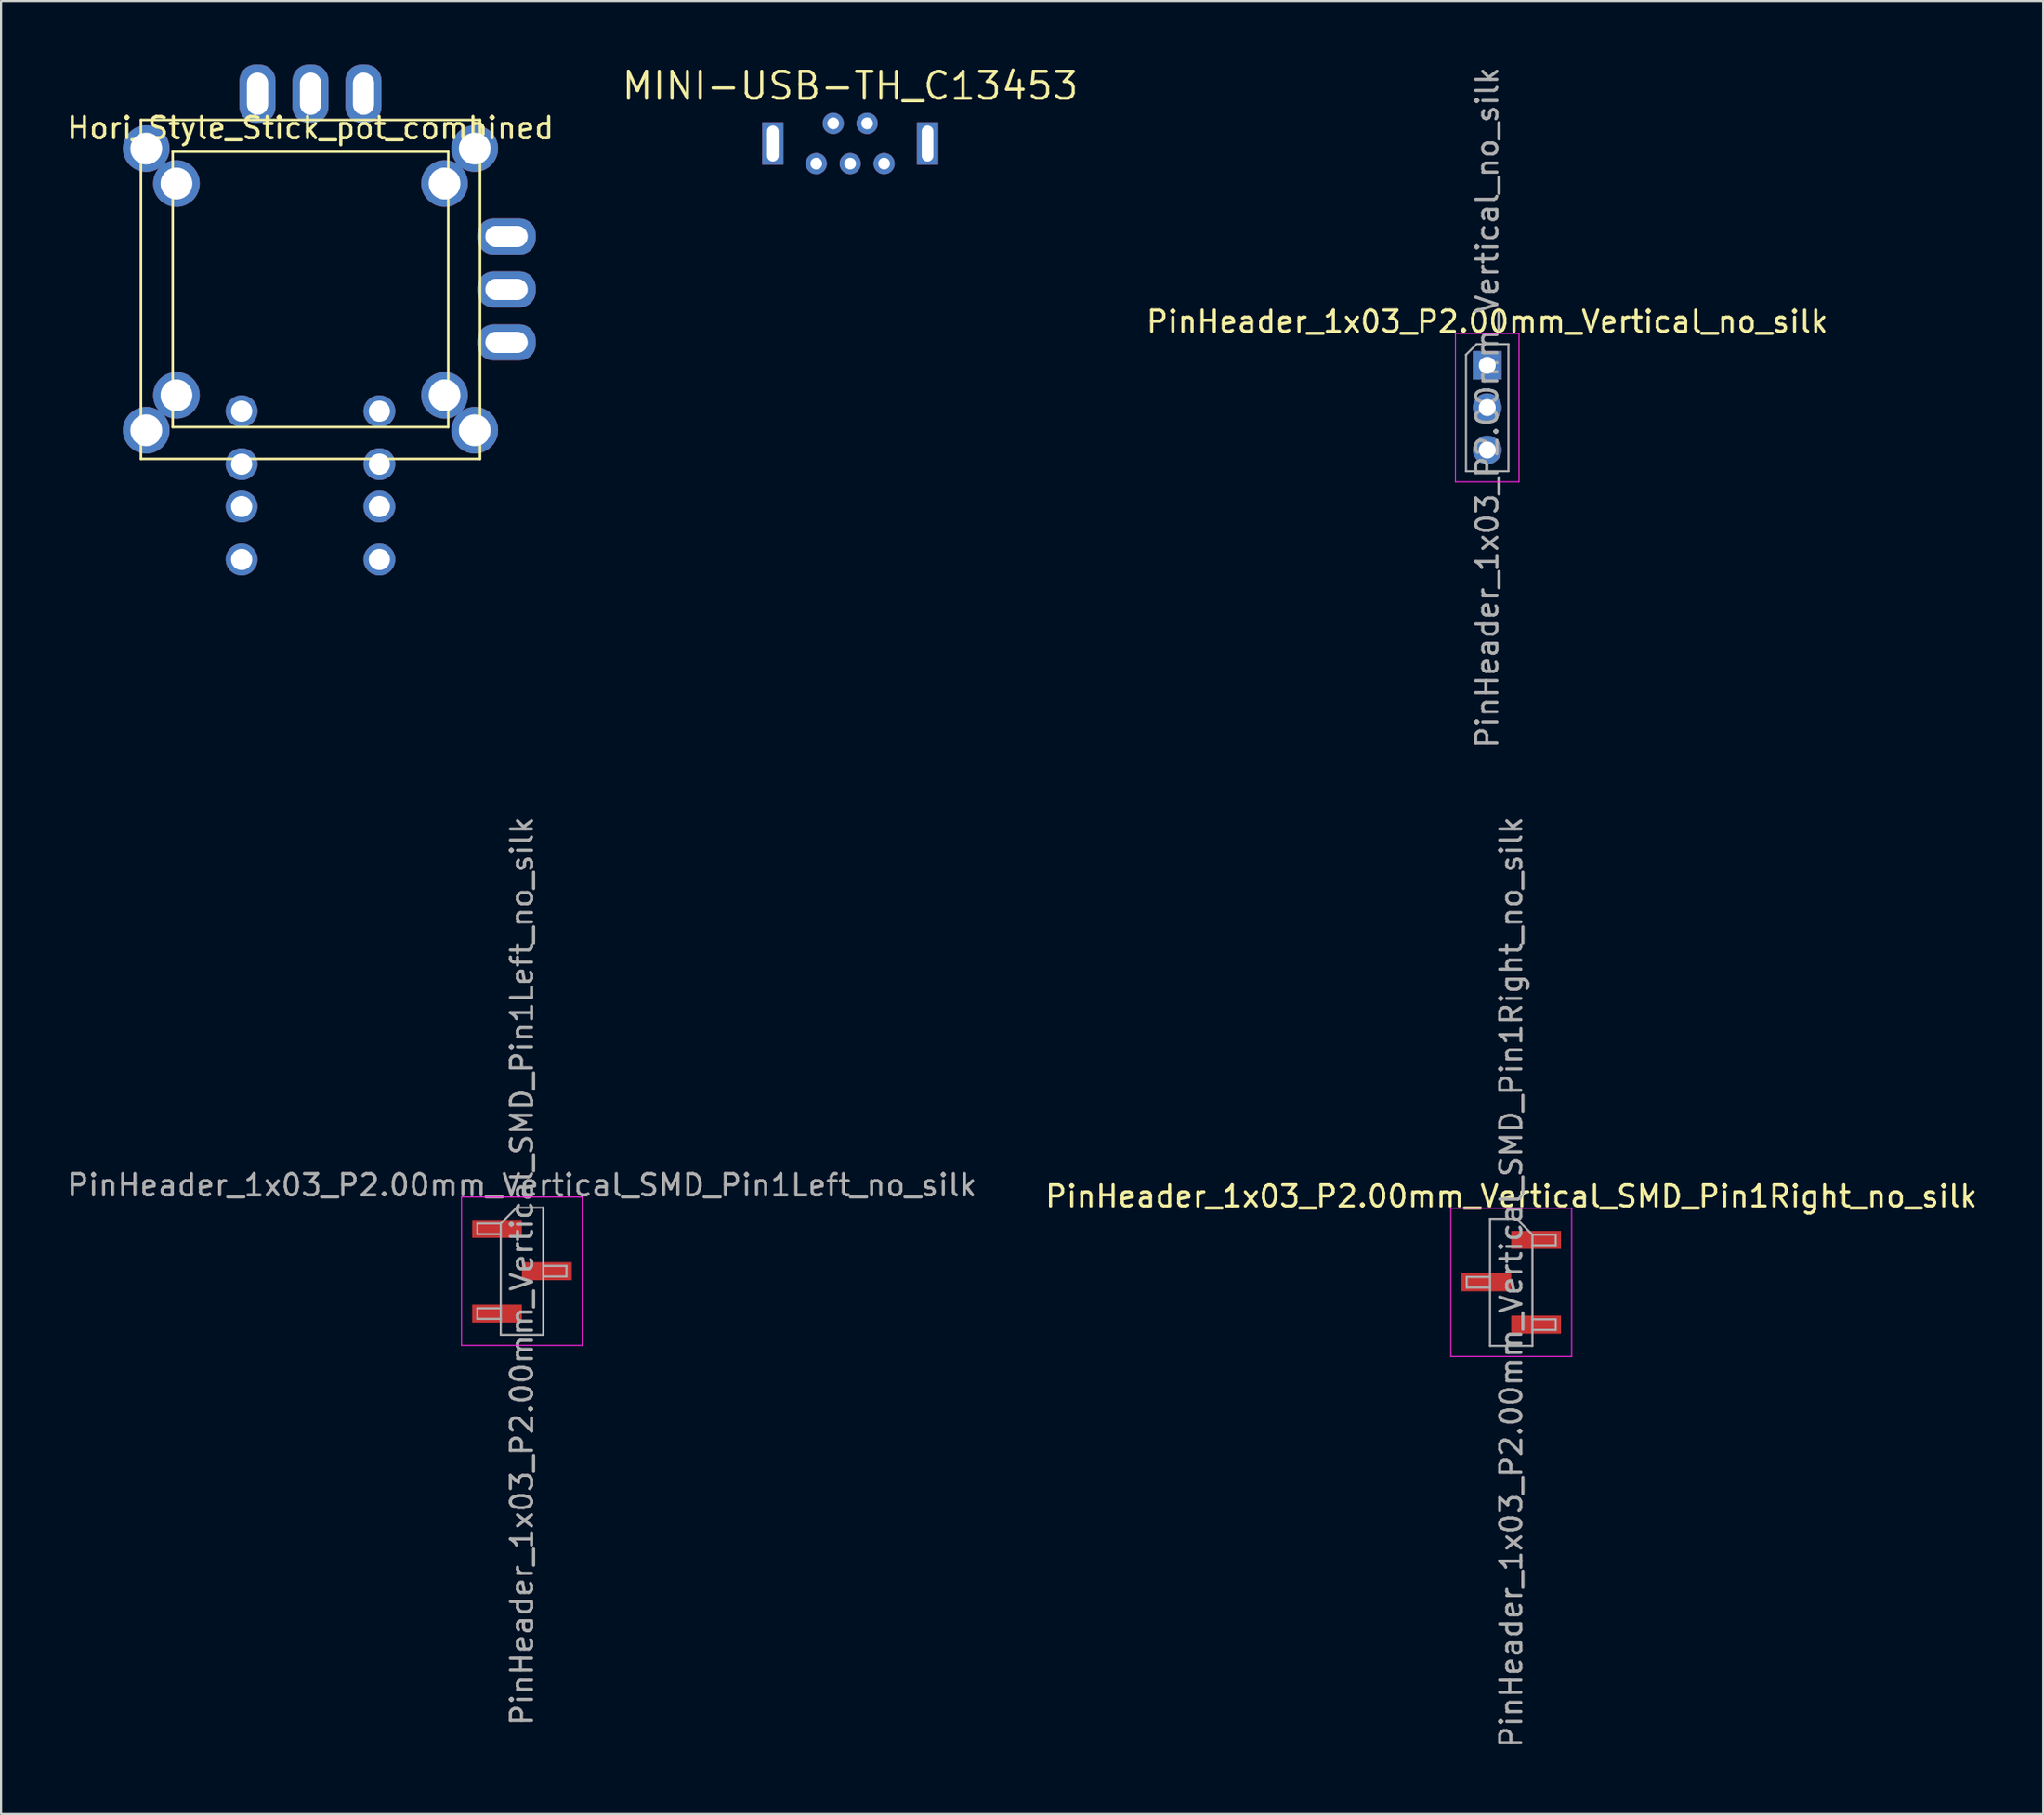
<source format=kicad_pcb>
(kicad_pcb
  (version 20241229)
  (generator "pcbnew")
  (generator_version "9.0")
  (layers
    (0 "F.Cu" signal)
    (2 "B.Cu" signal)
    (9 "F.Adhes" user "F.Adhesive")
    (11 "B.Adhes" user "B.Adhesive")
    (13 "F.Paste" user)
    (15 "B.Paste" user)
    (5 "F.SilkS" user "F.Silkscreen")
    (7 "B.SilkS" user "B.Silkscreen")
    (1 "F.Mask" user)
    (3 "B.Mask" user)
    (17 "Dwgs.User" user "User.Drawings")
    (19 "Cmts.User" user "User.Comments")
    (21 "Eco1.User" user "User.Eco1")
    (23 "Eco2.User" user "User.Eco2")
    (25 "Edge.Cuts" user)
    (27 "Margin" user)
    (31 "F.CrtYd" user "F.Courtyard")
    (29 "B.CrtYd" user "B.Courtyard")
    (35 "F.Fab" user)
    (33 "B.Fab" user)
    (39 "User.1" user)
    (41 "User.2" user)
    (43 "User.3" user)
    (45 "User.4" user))
  (footprint "PinHeader_1x03_P2.00mm_Vertical_SMD_Pin1Right_no_silk"
    (layer "F.Cu")
    (at 68.256 57.494)
    (property "Reference" "PinHeader_1x03_P2.00mm_Vertical_SMD_Pin1Right_no_silk" (at 0 -4.06 0) (layer "F.SilkS") (effects (font (size 1 1) (thickness 0.15))))
    (attr smd exclude_from_bom allow_missing_courtyard dnp)
    (fp_line (start -2.85 -3.5) (end -2.85 3.5) (stroke (width 0.05) (type solid)) (layer "F.CrtYd"))
    (fp_line (start -2.85 3.5) (end 2.85 3.5) (stroke (width 0.05) (type solid)) (layer "F.CrtYd"))
    (fp_line (start 2.85 -3.5) (end -2.85 -3.5) (stroke (width 0.05) (type solid)) (layer "F.CrtYd"))
    (fp_line (start 2.85 3.5) (end 2.85 -3.5) (stroke (width 0.05) (type solid)) (layer "F.CrtYd"))
    (fp_line (start -2.1 -0.25) (end -2.1 0.25) (stroke (width 0.1) (type solid)) (layer "F.Fab"))
    (fp_line (start -2.1 0.25) (end -1 0.25) (stroke (width 0.1) (type solid)) (layer "F.Fab"))
    (fp_line (start -1 -3) (end -1 3) (stroke (width 0.1) (type solid)) (layer "F.Fab"))
    (fp_line (start -1 -3) (end 0.25 -3) (stroke (width 0.1) (type solid)) (layer "F.Fab"))
    (fp_line (start -1 -0.25) (end -2.1 -0.25) (stroke (width 0.1) (type solid)) (layer "F.Fab"))
    (fp_line (start 1 -2.25) (end 0.25 -3) (stroke (width 0.1) (type solid)) (layer "F.Fab"))
    (fp_line (start 1 -2.25) (end 2.1 -2.25) (stroke (width 0.1) (type solid)) (layer "F.Fab"))
    (fp_line (start 1 1.75) (end 2.1 1.75) (stroke (width 0.1) (type solid)) (layer "F.Fab"))
    (fp_line (start 1 3) (end -1 3) (stroke (width 0.1) (type solid)) (layer "F.Fab"))
    (fp_line (start 1 3) (end 1 -2.25) (stroke (width 0.1) (type solid)) (layer "F.Fab"))
    (fp_line (start 2.1 -2.25) (end 2.1 -1.75) (stroke (width 0.1) (type solid)) (layer "F.Fab"))
    (fp_line (start 2.1 -1.75) (end 1 -1.75) (stroke (width 0.1) (type solid)) (layer "F.Fab"))
    (fp_line (start 2.1 1.75) (end 2.1 2.25) (stroke (width 0.1) (type solid)) (layer "F.Fab"))
    (fp_line (start 2.1 2.25) (end 1 2.25) (stroke (width 0.1) (type solid)) (layer "F.Fab"))
    (fp_text user "${REFERENCE}" (at 0 0 90) (layer "F.Fab") (effects (font (size 1 1) (thickness 0.15))))
    (pad "1" smd rect (at 1.175 -2) (size 2.35 0.85) (layers "F.Cu" "F.Mask" "F.Paste"))
    (pad "2" smd rect (at -1.175 0) (size 2.35 0.85) (layers "F.Cu" "F.Mask" "F.Paste"))
    (pad "3" smd rect (at 1.175 2) (size 2.35 0.85) (layers "F.Cu" "F.Mask" "F.Paste")))
  (footprint "Hori_Style_Stick_pot_combined"
    (layer "F.Cu")
    (at 11.601 10.615)
    (property "Reference" "Hori_Style_Stick_pot_combined" (at 0 -7.62 0) (unlocked yes) (layer "F.SilkS") (effects (font (size 1 1) (thickness 0.15))))
    (attr exclude_from_bom)
    (fp_line (start -8 8) (end -8 -8) (stroke (width 0.12) (type default)) (layer "F.SilkS"))
    (fp_line (start -6.5 6.5) (end -6.5 -6.5) (stroke (width 0.12) (type default)) (layer "F.SilkS"))
    (fp_line (start 6.5 -6.5) (end -6.5 -6.5) (stroke (width 0.12) (type default)) (layer "F.SilkS"))
    (fp_line (start 6.5 6.5) (end -6.5 6.5) (stroke (width 0.12) (type default)) (layer "F.SilkS"))
    (fp_line (start 6.5 6.5) (end 6.5 -6.5) (stroke (width 0.12) (type default)) (layer "F.SilkS"))
    (fp_line (start 8 -8) (end -8 -8) (stroke (width 0.12) (type default)) (layer "F.SilkS"))
    (fp_line (start 8 -8) (end 8 8) (stroke (width 0.12) (type default)) (layer "F.SilkS"))
    (fp_line (start 8 8) (end -8 8) (stroke (width 0.12) (type default)) (layer "F.SilkS"))
    (pad "1" thru_hole roundrect (at 2.5 -9.24 180) (size 1.7 2.75) (drill oval 1 2) (layers "*.Cu" "*.Mask") (roundrect_rratio 0.441))
    (pad "1" thru_hole roundrect (at 9.25 2.5 270) (size 1.7 2.75) (drill oval 1 2) (layers "*.Cu" "*.Mask") (roundrect_rratio 0.441))
    (pad "2" thru_hole circle (at -3.25 10.25) (size 1.5 1.5) (drill 1) (layers "*.Cu" "*.Mask"))
    (pad "2" thru_hole circle (at -3.25 12.75) (size 1.5 1.5) (drill 1) (layers "*.Cu" "*.Mask"))
    (pad "2" thru_hole circle (at 3.25 10.25) (size 1.5 1.5) (drill 1) (layers "*.Cu" "*.Mask"))
    (pad "2" thru_hole circle (at 3.25 12.75) (size 1.5 1.5) (drill 1) (layers "*.Cu" "*.Mask"))
    (pad "3" thru_hole roundrect (at -2.5 -9.24 180) (size 1.7 2.75) (drill oval 1 2) (layers "*.Cu" "*.Mask") (roundrect_rratio 0.441))
    (pad "3" thru_hole roundrect (at 9.25 -2.5 270) (size 1.7 2.75) (drill oval 1 2) (layers "*.Cu" "*.Mask") (roundrect_rratio 0.441))
    (pad "4" thru_hole roundrect (at 0 -9.24 180) (size 1.7 2.75) (drill oval 1 2) (layers "*.Cu" "*.Mask") (roundrect_rratio 0.441))
    (pad "5" thru_hole roundrect (at 9.25 0 270) (size 1.7 2.75) (drill oval 1 2) (layers "*.Cu" "*.Mask") (roundrect_rratio 0.441))
    (pad "6" thru_hole circle (at -7.75 -6.65) (size 2.2 2.2) (drill 1.5) (layers "*.Cu" "*.Mask"))
    (pad "6" thru_hole circle (at -7.75 6.65) (size 2.2 2.2) (drill 1.5) (layers "*.Cu" "*.Mask"))
    (pad "6" thru_hole circle (at -6.325 -5) (size 2.2 2.2) (drill 1.5) (layers "*.Cu" "*.Mask"))
    (pad "6" thru_hole circle (at -6.325 5) (size 2.2 2.2) (drill 1.5) (layers "*.Cu" "*.Mask"))
    (pad "6" thru_hole circle (at 6.325 -5) (size 2.2 2.2) (drill 1.5) (layers "*.Cu" "*.Mask"))
    (pad "6" thru_hole circle (at 6.325 5) (size 2.2 2.2) (drill 1.5) (layers "*.Cu" "*.Mask"))
    (pad "6" thru_hole circle (at 7.75 -6.65) (size 2.2 2.2) (drill 1.5) (layers "*.Cu" "*.Mask"))
    (pad "6" thru_hole circle (at 7.75 6.65) (size 2.2 2.2) (drill 1.5) (layers "*.Cu" "*.Mask"))
    (pad "7" thru_hole circle (at -3.25 5.75) (size 1.5 1.5) (drill 1) (layers "*.Cu" "*.Mask"))
    (pad "7" thru_hole circle (at -3.25 8.25) (size 1.5 1.5) (drill 1) (layers "*.Cu" "*.Mask"))
    (pad "7" thru_hole circle (at 3.25 5.75) (size 1.5 1.5) (drill 1) (layers "*.Cu" "*.Mask"))
    (pad "7" thru_hole circle (at 3.25 8.25) (size 1.5 1.5) (drill 1) (layers "*.Cu" "*.Mask")))
  (footprint "PinHeader_1x03_P2.00mm_Vertical_SMD_Pin1Left_no_silk"
    (layer "F.Cu")
    (at 21.577 56.97)
    (property "Reference" "PinHeader_1x03_P2.00mm_Vertical_SMD_Pin1Left_no_silk" (at 0 -4.06 0) (layer "F.Fab") (effects (font (size 1 1) (thickness 0.15))))
    (attr smd exclude_from_bom allow_missing_courtyard dnp)
    (fp_line (start -2.85 -3.5) (end -2.85 3.5) (stroke (width 0.05) (type solid)) (layer "F.CrtYd"))
    (fp_line (start -2.85 3.5) (end 2.85 3.5) (stroke (width 0.05) (type solid)) (layer "F.CrtYd"))
    (fp_line (start 2.85 -3.5) (end -2.85 -3.5) (stroke (width 0.05) (type solid)) (layer "F.CrtYd"))
    (fp_line (start 2.85 3.5) (end 2.85 -3.5) (stroke (width 0.05) (type solid)) (layer "F.CrtYd"))
    (fp_line (start -2.1 -2.25) (end -2.1 -1.75) (stroke (width 0.1) (type solid)) (layer "F.Fab"))
    (fp_line (start -2.1 -1.75) (end -1 -1.75) (stroke (width 0.1) (type solid)) (layer "F.Fab"))
    (fp_line (start -2.1 1.75) (end -2.1 2.25) (stroke (width 0.1) (type solid)) (layer "F.Fab"))
    (fp_line (start -2.1 2.25) (end -1 2.25) (stroke (width 0.1) (type solid)) (layer "F.Fab"))
    (fp_line (start -1 -2.25) (end -2.1 -2.25) (stroke (width 0.1) (type solid)) (layer "F.Fab"))
    (fp_line (start -1 -2.25) (end -0.25 -3) (stroke (width 0.1) (type solid)) (layer "F.Fab"))
    (fp_line (start -1 1.75) (end -2.1 1.75) (stroke (width 0.1) (type solid)) (layer "F.Fab"))
    (fp_line (start -1 3) (end -1 -2.25) (stroke (width 0.1) (type solid)) (layer "F.Fab"))
    (fp_line (start -0.25 -3) (end 1 -3) (stroke (width 0.1) (type solid)) (layer "F.Fab"))
    (fp_line (start 1 -3) (end 1 3) (stroke (width 0.1) (type solid)) (layer "F.Fab"))
    (fp_line (start 1 -0.25) (end 2.1 -0.25) (stroke (width 0.1) (type solid)) (layer "F.Fab"))
    (fp_line (start 1 3) (end -1 3) (stroke (width 0.1) (type solid)) (layer "F.Fab"))
    (fp_line (start 2.1 -0.25) (end 2.1 0.25) (stroke (width 0.1) (type solid)) (layer "F.Fab"))
    (fp_line (start 2.1 0.25) (end 1 0.25) (stroke (width 0.1) (type solid)) (layer "F.Fab"))
    (fp_text user "${REFERENCE}" (at 0 0 270) (layer "F.Fab") (effects (font (size 1 1) (thickness 0.15))))
    (pad "1" smd rect (at -1.175 -2) (size 2.35 0.85) (layers "F.Cu" "F.Mask" "F.Paste"))
    (pad "2" smd rect (at 1.175 0) (size 2.35 0.85) (layers "F.Cu" "F.Mask" "F.Paste"))
    (pad "3" smd rect (at -1.175 2) (size 2.35 0.85) (layers "F.Cu" "F.Mask" "F.Paste")))
  (footprint "PinHeader_1x03_P2.00mm_Vertical_no_silk"
    (layer "F.Cu")
    (at 67.124 14.196)
    (property "Reference" "PinHeader_1x03_P2.00mm_Vertical_no_silk" (at 0 -2.06 0) (layer "F.SilkS") (effects (font (size 1 1) (thickness 0.15))))
    (attr through_hole exclude_from_bom allow_missing_courtyard dnp)
    (fp_line (start -1.5 -1.5) (end -1.5 5.5) (stroke (width 0.05) (type solid)) (layer "F.CrtYd"))
    (fp_line (start -1.5 5.5) (end 1.5 5.5) (stroke (width 0.05) (type solid)) (layer "F.CrtYd"))
    (fp_line (start 1.5 -1.5) (end -1.5 -1.5) (stroke (width 0.05) (type solid)) (layer "F.CrtYd"))
    (fp_line (start 1.5 5.5) (end 1.5 -1.5) (stroke (width 0.05) (type solid)) (layer "F.CrtYd"))
    (fp_line (start -1 -0.5) (end -0.5 -1) (stroke (width 0.1) (type solid)) (layer "F.Fab"))
    (fp_line (start -1 5) (end -1 -0.5) (stroke (width 0.1) (type solid)) (layer "F.Fab"))
    (fp_line (start -0.5 -1) (end 1 -1) (stroke (width 0.1) (type solid)) (layer "F.Fab"))
    (fp_line (start 1 -1) (end 1 5) (stroke (width 0.1) (type solid)) (layer "F.Fab"))
    (fp_line (start 1 5) (end -1 5) (stroke (width 0.1) (type solid)) (layer "F.Fab"))
    (fp_text user "${REFERENCE}" (at 0 2 270) (layer "F.Fab") (effects (font (size 1 1) (thickness 0.15))))
    (pad "1" thru_hole rect (at 0 0) (size 1.35 1.35) (drill 0.8) (layers "*.Cu" "*.Mask"))
    (pad "2" thru_hole oval (at 0 2) (size 1.35 1.35) (drill 0.8) (layers "*.Cu" "*.Mask"))
    (pad "3" thru_hole oval (at 0 4) (size 1.35 1.35) (drill 0.8) (layers "*.Cu" "*.Mask")))
  (footprint "MINI-USB-TH_C13453"
    (layer "F.Cu")
    (at 37.065 3.726)
    (property "Reference" "MINI-USB-TH_C13453" (at 0 -2.72 0) (layer "F.SilkS") (effects (font (size 1.27 1.27) (thickness 0.15))))
    (attr through_hole)
    (fp_text user "" (at 0 0 0) (layer "Cmts.User") (effects (font (size 1 1) (thickness 0.15))))
    (pad "1" thru_hole circle (at -1.6 0.95) (size 1 1) (drill 0.55) (layers "*.Cu" "*.Paste" "*.Mask"))
    (pad "2" thru_hole circle (at -0.8 -0.95) (size 1 1) (drill 0.55) (layers "*.Cu" "*.Paste" "*.Mask"))
    (pad "3" thru_hole circle (at 0 0.95) (size 1 1) (drill 0.55) (layers "*.Cu" "*.Paste" "*.Mask"))
    (pad "4" thru_hole circle (at 0.8 -0.95) (size 1 1) (drill 0.55) (layers "*.Cu" "*.Paste" "*.Mask"))
    (pad "5" thru_hole circle (at 1.6 0.95) (size 1 1) (drill 0.55) (layers "*.Cu" "*.Paste" "*.Mask"))
    (pad "6" thru_hole rect (at 3.65 0) (size 1 2) (drill oval 0.55 1.7) (layers "*.Cu" "*.Paste" "*.Mask"))
    (pad "7" thru_hole rect (at -3.65 0) (size 1 2) (drill oval 0.55 1.7) (layers "*.Cu" "*.Paste" "*.Mask")))
  (gr_rect
    (start -3 -3)
    (end 93.357 82.595)
    (stroke (width 0.1) (type default))
    (fill no)
    (layer "Edge.Cuts")))
</source>
